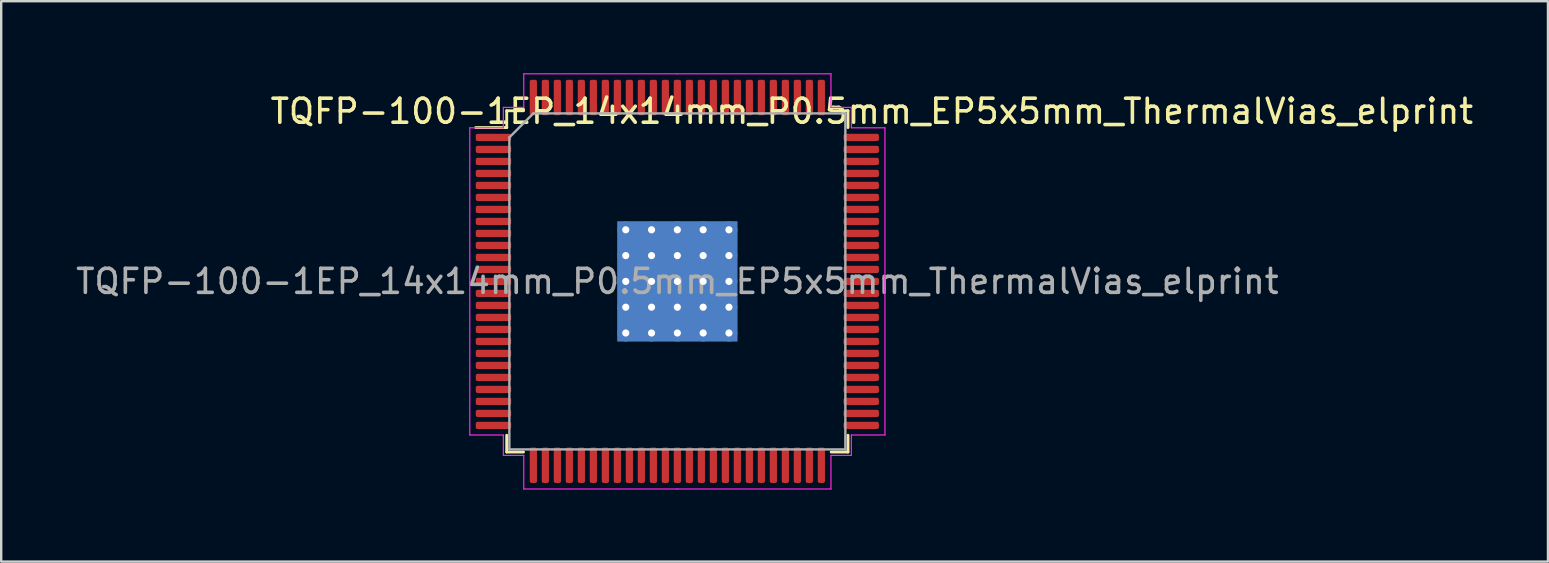
<source format=kicad_pcb>
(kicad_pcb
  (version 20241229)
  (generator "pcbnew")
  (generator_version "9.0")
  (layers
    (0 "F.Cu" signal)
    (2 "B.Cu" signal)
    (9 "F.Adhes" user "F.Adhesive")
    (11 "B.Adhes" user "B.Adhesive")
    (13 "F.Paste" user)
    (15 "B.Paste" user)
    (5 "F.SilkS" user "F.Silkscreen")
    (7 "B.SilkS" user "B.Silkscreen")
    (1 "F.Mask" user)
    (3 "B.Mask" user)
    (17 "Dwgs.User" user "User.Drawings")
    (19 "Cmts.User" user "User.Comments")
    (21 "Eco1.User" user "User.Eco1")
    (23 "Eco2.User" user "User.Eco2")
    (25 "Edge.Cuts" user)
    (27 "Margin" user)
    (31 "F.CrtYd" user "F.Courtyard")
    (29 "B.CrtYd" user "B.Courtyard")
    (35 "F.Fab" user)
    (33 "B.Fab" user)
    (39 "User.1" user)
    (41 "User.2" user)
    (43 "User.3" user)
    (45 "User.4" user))
  (footprint "TQFP-100-1EP_14x14mm_P0.5mm_EP5x5mm_ThermalVias_elprint"
    (layer "F.Cu")
    (at 25.173 8.675)
    (property "Reference" "TQFP-100-1EP_14x14mm_P0.5mm_EP5x5mm_ThermalVias_elprint" (at 8.103 -7.087 0) (layer "F.SilkS") (effects (font (size 1 1) (thickness 0.15))))
    (attr smd)
    (fp_line (start -7.11 -7.11) (end -7.11 -6.41) (stroke (width 0.12) (type solid)) (layer "F.SilkS"))
    (fp_line (start -7.11 -6.41) (end -8.4 -6.41) (stroke (width 0.12) (type solid)) (layer "F.SilkS"))
    (fp_line (start -7.11 7.11) (end -7.11 6.41) (stroke (width 0.12) (type solid)) (layer "F.SilkS"))
    (fp_line (start -6.41 -7.11) (end -7.11 -7.11) (stroke (width 0.12) (type solid)) (layer "F.SilkS"))
    (fp_line (start -6.41 7.11) (end -7.11 7.11) (stroke (width 0.12) (type solid)) (layer "F.SilkS"))
    (fp_line (start 6.41 -7.11) (end 7.11 -7.11) (stroke (width 0.12) (type solid)) (layer "F.SilkS"))
    (fp_line (start 6.41 7.11) (end 7.11 7.11) (stroke (width 0.12) (type solid)) (layer "F.SilkS"))
    (fp_line (start 7.11 -7.11) (end 7.11 -6.41) (stroke (width 0.12) (type solid)) (layer "F.SilkS"))
    (fp_line (start 7.11 7.11) (end 7.11 6.41) (stroke (width 0.12) (type solid)) (layer "F.SilkS"))
    (fp_line (start -8.65 -6.4) (end -8.65 0) (stroke (width 0.05) (type solid)) (layer "F.CrtYd"))
    (fp_line (start -8.65 6.4) (end -8.65 0) (stroke (width 0.05) (type solid)) (layer "F.CrtYd"))
    (fp_line (start -7.25 -7.25) (end -7.25 -6.4) (stroke (width 0.05) (type solid)) (layer "F.CrtYd"))
    (fp_line (start -7.25 -6.4) (end -8.65 -6.4) (stroke (width 0.05) (type solid)) (layer "F.CrtYd"))
    (fp_line (start -7.25 6.4) (end -8.65 6.4) (stroke (width 0.05) (type solid)) (layer "F.CrtYd"))
    (fp_line (start -7.25 7.25) (end -7.25 6.4) (stroke (width 0.05) (type solid)) (layer "F.CrtYd"))
    (fp_line (start -6.4 -8.65) (end -6.4 -7.25) (stroke (width 0.05) (type solid)) (layer "F.CrtYd"))
    (fp_line (start -6.4 -7.25) (end -7.25 -7.25) (stroke (width 0.05) (type solid)) (layer "F.CrtYd"))
    (fp_line (start -6.4 7.25) (end -7.25 7.25) (stroke (width 0.05) (type solid)) (layer "F.CrtYd"))
    (fp_line (start -6.4 8.65) (end -6.4 7.25) (stroke (width 0.05) (type solid)) (layer "F.CrtYd"))
    (fp_line (start 0 -8.65) (end -6.4 -8.65) (stroke (width 0.05) (type solid)) (layer "F.CrtYd"))
    (fp_line (start 0 -8.65) (end 6.4 -8.65) (stroke (width 0.05) (type solid)) (layer "F.CrtYd"))
    (fp_line (start 0 8.65) (end -6.4 8.65) (stroke (width 0.05) (type solid)) (layer "F.CrtYd"))
    (fp_line (start 0 8.65) (end 6.4 8.65) (stroke (width 0.05) (type solid)) (layer "F.CrtYd"))
    (fp_line (start 6.4 -8.65) (end 6.4 -7.25) (stroke (width 0.05) (type solid)) (layer "F.CrtYd"))
    (fp_line (start 6.4 -7.25) (end 7.25 -7.25) (stroke (width 0.05) (type solid)) (layer "F.CrtYd"))
    (fp_line (start 6.4 7.25) (end 7.25 7.25) (stroke (width 0.05) (type solid)) (layer "F.CrtYd"))
    (fp_line (start 6.4 8.65) (end 6.4 7.25) (stroke (width 0.05) (type solid)) (layer "F.CrtYd"))
    (fp_line (start 7.25 -7.25) (end 7.25 -6.4) (stroke (width 0.05) (type solid)) (layer "F.CrtYd"))
    (fp_line (start 7.25 -6.4) (end 8.65 -6.4) (stroke (width 0.05) (type solid)) (layer "F.CrtYd"))
    (fp_line (start 7.25 6.4) (end 8.65 6.4) (stroke (width 0.05) (type solid)) (layer "F.CrtYd"))
    (fp_line (start 7.25 7.25) (end 7.25 6.4) (stroke (width 0.05) (type solid)) (layer "F.CrtYd"))
    (fp_line (start 8.65 -6.4) (end 8.65 0) (stroke (width 0.05) (type solid)) (layer "F.CrtYd"))
    (fp_line (start 8.65 6.4) (end 8.65 0) (stroke (width 0.05) (type solid)) (layer "F.CrtYd"))
    (fp_line (start -7 -6) (end -6 -7) (stroke (width 0.1) (type solid)) (layer "F.Fab"))
    (fp_line (start -7 7) (end -7 -6) (stroke (width 0.1) (type solid)) (layer "F.Fab"))
    (fp_line (start -6 -7) (end 7 -7) (stroke (width 0.1) (type solid)) (layer "F.Fab"))
    (fp_line (start 7 -7) (end 7 7) (stroke (width 0.1) (type solid)) (layer "F.Fab"))
    (fp_line (start 7 7) (end -7 7) (stroke (width 0.1) (type solid)) (layer "F.Fab"))
    (fp_text user "${REFERENCE}" (at 0 0 0) (layer "F.Fab") (effects (font (size 1 1) (thickness 0.15))))
    (pad "" smd custom (at -1.688 -1.688) (size 0.891 0.891) (layers "F.Paste") (options (anchor circle)) (primitives (gr_poly (pts (xy 0.387 -0.29) (xy 0.387 0.29) (xy 0.29 0.387) (xy -0.29 0.387) (xy -0.387 0.29) (xy -0.387 -0.29) (xy -0.29 -0.387) (xy 0.29 -0.387)) (width 0.234) (fill yes))))
    (pad "" smd custom (at -1.688 -0.562) (size 0.891 0.891) (layers "F.Paste") (options (anchor circle)) (primitives (gr_poly (pts (xy 0.387 -0.29) (xy 0.387 0.29) (xy 0.29 0.387) (xy -0.29 0.387) (xy -0.387 0.29) (xy -0.387 -0.29) (xy -0.29 -0.387) (xy 0.29 -0.387)) (width 0.234) (fill yes))))
    (pad "" smd custom (at -1.688 0.562) (size 0.891 0.891) (layers "F.Paste") (options (anchor circle)) (primitives (gr_poly (pts (xy 0.387 -0.29) (xy 0.387 0.29) (xy 0.29 0.387) (xy -0.29 0.387) (xy -0.387 0.29) (xy -0.387 -0.29) (xy -0.29 -0.387) (xy 0.29 -0.387)) (width 0.234) (fill yes))))
    (pad "" smd custom (at -1.688 1.688) (size 0.891 0.891) (layers "F.Paste") (options (anchor circle)) (primitives (gr_poly (pts (xy 0.387 -0.29) (xy 0.387 0.29) (xy 0.29 0.387) (xy -0.29 0.387) (xy -0.387 0.29) (xy -0.387 -0.29) (xy -0.29 -0.387) (xy 0.29 -0.387)) (width 0.234) (fill yes))))
    (pad "" smd custom (at -0.562 -1.688) (size 0.891 0.891) (layers "F.Paste") (options (anchor circle)) (primitives (gr_poly (pts (xy 0.387 -0.29) (xy 0.387 0.29) (xy 0.29 0.387) (xy -0.29 0.387) (xy -0.387 0.29) (xy -0.387 -0.29) (xy -0.29 -0.387) (xy 0.29 -0.387)) (width 0.234) (fill yes))))
    (pad "" smd custom (at -0.562 -0.562) (size 0.891 0.891) (layers "F.Paste") (options (anchor circle)) (primitives (gr_poly (pts (xy 0.387 -0.29) (xy 0.387 0.29) (xy 0.29 0.387) (xy -0.29 0.387) (xy -0.387 0.29) (xy -0.387 -0.29) (xy -0.29 -0.387) (xy 0.29 -0.387)) (width 0.234) (fill yes))))
    (pad "" smd custom (at -0.562 0.562) (size 0.891 0.891) (layers "F.Paste") (options (anchor circle)) (primitives (gr_poly (pts (xy 0.387 -0.29) (xy 0.387 0.29) (xy 0.29 0.387) (xy -0.29 0.387) (xy -0.387 0.29) (xy -0.387 -0.29) (xy -0.29 -0.387) (xy 0.29 -0.387)) (width 0.234) (fill yes))))
    (pad "" smd custom (at -0.562 1.688) (size 0.891 0.891) (layers "F.Paste") (options (anchor circle)) (primitives (gr_poly (pts (xy 0.387 -0.29) (xy 0.387 0.29) (xy 0.29 0.387) (xy -0.29 0.387) (xy -0.387 0.29) (xy -0.387 -0.29) (xy -0.29 -0.387) (xy 0.29 -0.387)) (width 0.234) (fill yes))))
    (pad "" smd custom (at 0.562 -1.688) (size 0.891 0.891) (layers "F.Paste") (options (anchor circle)) (primitives (gr_poly (pts (xy 0.387 -0.29) (xy 0.387 0.29) (xy 0.29 0.387) (xy -0.29 0.387) (xy -0.387 0.29) (xy -0.387 -0.29) (xy -0.29 -0.387) (xy 0.29 -0.387)) (width 0.234) (fill yes))))
    (pad "" smd custom (at 0.562 -0.562) (size 0.891 0.891) (layers "F.Paste") (options (anchor circle)) (primitives (gr_poly (pts (xy 0.387 -0.29) (xy 0.387 0.29) (xy 0.29 0.387) (xy -0.29 0.387) (xy -0.387 0.29) (xy -0.387 -0.29) (xy -0.29 -0.387) (xy 0.29 -0.387)) (width 0.234) (fill yes))))
    (pad "" smd custom (at 0.562 0.562) (size 0.891 0.891) (layers "F.Paste") (options (anchor circle)) (primitives (gr_poly (pts (xy 0.387 -0.29) (xy 0.387 0.29) (xy 0.29 0.387) (xy -0.29 0.387) (xy -0.387 0.29) (xy -0.387 -0.29) (xy -0.29 -0.387) (xy 0.29 -0.387)) (width 0.234) (fill yes))))
    (pad "" smd custom (at 0.562 1.688) (size 0.891 0.891) (layers "F.Paste") (options (anchor circle)) (primitives (gr_poly (pts (xy 0.387 -0.29) (xy 0.387 0.29) (xy 0.29 0.387) (xy -0.29 0.387) (xy -0.387 0.29) (xy -0.387 -0.29) (xy -0.29 -0.387) (xy 0.29 -0.387)) (width 0.234) (fill yes))))
    (pad "" smd custom (at 1.688 -1.688) (size 0.891 0.891) (layers "F.Paste") (options (anchor circle)) (primitives (gr_poly (pts (xy 0.387 -0.29) (xy 0.387 0.29) (xy 0.29 0.387) (xy -0.29 0.387) (xy -0.387 0.29) (xy -0.387 -0.29) (xy -0.29 -0.387) (xy 0.29 -0.387)) (width 0.234) (fill yes))))
    (pad "" smd custom (at 1.688 -0.562) (size 0.891 0.891) (layers "F.Paste") (options (anchor circle)) (primitives (gr_poly (pts (xy 0.387 -0.29) (xy 0.387 0.29) (xy 0.29 0.387) (xy -0.29 0.387) (xy -0.387 0.29) (xy -0.387 -0.29) (xy -0.29 -0.387) (xy 0.29 -0.387)) (width 0.234) (fill yes))))
    (pad "" smd custom (at 1.688 0.562) (size 0.891 0.891) (layers "F.Paste") (options (anchor circle)) (primitives (gr_poly (pts (xy 0.387 -0.29) (xy 0.387 0.29) (xy 0.29 0.387) (xy -0.29 0.387) (xy -0.387 0.29) (xy -0.387 -0.29) (xy -0.29 -0.387) (xy 0.29 -0.387)) (width 0.234) (fill yes))))
    (pad "" smd custom (at 1.688 1.688) (size 0.891 0.891) (layers "F.Paste") (options (anchor circle)) (primitives (gr_poly (pts (xy 0.387 -0.29) (xy 0.387 0.29) (xy 0.29 0.387) (xy -0.29 0.387) (xy -0.387 0.29) (xy -0.387 -0.29) (xy -0.29 -0.387) (xy 0.29 -0.387)) (width 0.234) (fill yes))))
    (pad "1" smd roundrect (at -7.662 -6) (size 1.475 0.3) (layers "F.Cu" "F.Mask" "F.Paste") (roundrect_rratio 0.25))
    (pad "2" smd roundrect (at -7.662 -5.5) (size 1.475 0.3) (layers "F.Cu" "F.Mask" "F.Paste") (roundrect_rratio 0.25))
    (pad "3" smd roundrect (at -7.662 -5) (size 1.475 0.3) (layers "F.Cu" "F.Mask" "F.Paste") (roundrect_rratio 0.25))
    (pad "4" smd roundrect (at -7.662 -4.5) (size 1.475 0.3) (layers "F.Cu" "F.Mask" "F.Paste") (roundrect_rratio 0.25))
    (pad "5" smd roundrect (at -7.662 -4) (size 1.475 0.3) (layers "F.Cu" "F.Mask" "F.Paste") (roundrect_rratio 0.25))
    (pad "6" smd roundrect (at -7.662 -3.5) (size 1.475 0.3) (layers "F.Cu" "F.Mask" "F.Paste") (roundrect_rratio 0.25))
    (pad "7" smd roundrect (at -7.662 -3) (size 1.475 0.3) (layers "F.Cu" "F.Mask" "F.Paste") (roundrect_rratio 0.25))
    (pad "8" smd roundrect (at -7.662 -2.5) (size 1.475 0.3) (layers "F.Cu" "F.Mask" "F.Paste") (roundrect_rratio 0.25))
    (pad "9" smd roundrect (at -7.662 -2) (size 1.475 0.3) (layers "F.Cu" "F.Mask" "F.Paste") (roundrect_rratio 0.25))
    (pad "10" smd roundrect (at -7.662 -1.5) (size 1.475 0.3) (layers "F.Cu" "F.Mask" "F.Paste") (roundrect_rratio 0.25))
    (pad "11" smd roundrect (at -7.662 -1) (size 1.475 0.3) (layers "F.Cu" "F.Mask" "F.Paste") (roundrect_rratio 0.25))
    (pad "12" smd roundrect (at -7.662 -0.5) (size 1.475 0.3) (layers "F.Cu" "F.Mask" "F.Paste") (roundrect_rratio 0.25))
    (pad "13" smd roundrect (at -7.662 0) (size 1.475 0.3) (layers "F.Cu" "F.Mask" "F.Paste") (roundrect_rratio 0.25))
    (pad "14" smd roundrect (at -7.662 0.5) (size 1.475 0.3) (layers "F.Cu" "F.Mask" "F.Paste") (roundrect_rratio 0.25))
    (pad "15" smd roundrect (at -7.662 1) (size 1.475 0.3) (layers "F.Cu" "F.Mask" "F.Paste") (roundrect_rratio 0.25))
    (pad "16" smd roundrect (at -7.662 1.5) (size 1.475 0.3) (layers "F.Cu" "F.Mask" "F.Paste") (roundrect_rratio 0.25))
    (pad "17" smd roundrect (at -7.662 2) (size 1.475 0.3) (layers "F.Cu" "F.Mask" "F.Paste") (roundrect_rratio 0.25))
    (pad "18" smd roundrect (at -7.662 2.5) (size 1.475 0.3) (layers "F.Cu" "F.Mask" "F.Paste") (roundrect_rratio 0.25))
    (pad "19" smd roundrect (at -7.662 3) (size 1.475 0.3) (layers "F.Cu" "F.Mask" "F.Paste") (roundrect_rratio 0.25))
    (pad "20" smd roundrect (at -7.662 3.5) (size 1.475 0.3) (layers "F.Cu" "F.Mask" "F.Paste") (roundrect_rratio 0.25))
    (pad "21" smd roundrect (at -7.662 4) (size 1.475 0.3) (layers "F.Cu" "F.Mask" "F.Paste") (roundrect_rratio 0.25))
    (pad "22" smd roundrect (at -7.662 4.5) (size 1.475 0.3) (layers "F.Cu" "F.Mask" "F.Paste") (roundrect_rratio 0.25))
    (pad "23" smd roundrect (at -7.662 5) (size 1.475 0.3) (layers "F.Cu" "F.Mask" "F.Paste") (roundrect_rratio 0.25))
    (pad "24" smd roundrect (at -7.662 5.5) (size 1.475 0.3) (layers "F.Cu" "F.Mask" "F.Paste") (roundrect_rratio 0.25))
    (pad "25" smd roundrect (at -7.662 6) (size 1.475 0.3) (layers "F.Cu" "F.Mask" "F.Paste") (roundrect_rratio 0.25))
    (pad "26" smd roundrect (at -6 7.662) (size 0.3 1.475) (layers "F.Cu" "F.Mask" "F.Paste") (roundrect_rratio 0.25))
    (pad "27" smd roundrect (at -5.5 7.662) (size 0.3 1.475) (layers "F.Cu" "F.Mask" "F.Paste") (roundrect_rratio 0.25))
    (pad "28" smd roundrect (at -5 7.662) (size 0.3 1.475) (layers "F.Cu" "F.Mask" "F.Paste") (roundrect_rratio 0.25))
    (pad "29" smd roundrect (at -4.5 7.662) (size 0.3 1.475) (layers "F.Cu" "F.Mask" "F.Paste") (roundrect_rratio 0.25))
    (pad "30" smd roundrect (at -4 7.662) (size 0.3 1.475) (layers "F.Cu" "F.Mask" "F.Paste") (roundrect_rratio 0.25))
    (pad "31" smd roundrect (at -3.5 7.662) (size 0.3 1.475) (layers "F.Cu" "F.Mask" "F.Paste") (roundrect_rratio 0.25))
    (pad "32" smd roundrect (at -3 7.662) (size 0.3 1.475) (layers "F.Cu" "F.Mask" "F.Paste") (roundrect_rratio 0.25))
    (pad "33" smd roundrect (at -2.5 7.662) (size 0.3 1.475) (layers "F.Cu" "F.Mask" "F.Paste") (roundrect_rratio 0.25))
    (pad "34" smd roundrect (at -2 7.662) (size 0.3 1.475) (layers "F.Cu" "F.Mask" "F.Paste") (roundrect_rratio 0.25))
    (pad "35" smd roundrect (at -1.5 7.662) (size 0.3 1.475) (layers "F.Cu" "F.Mask" "F.Paste") (roundrect_rratio 0.25))
    (pad "36" smd roundrect (at -1 7.662) (size 0.3 1.475) (layers "F.Cu" "F.Mask" "F.Paste") (roundrect_rratio 0.25))
    (pad "37" smd roundrect (at -0.5 7.662) (size 0.3 1.475) (layers "F.Cu" "F.Mask" "F.Paste") (roundrect_rratio 0.25))
    (pad "38" smd roundrect (at 0 7.662) (size 0.3 1.475) (layers "F.Cu" "F.Mask" "F.Paste") (roundrect_rratio 0.25))
    (pad "39" smd roundrect (at 0.5 7.662) (size 0.3 1.475) (layers "F.Cu" "F.Mask" "F.Paste") (roundrect_rratio 0.25))
    (pad "40" smd roundrect (at 1 7.662) (size 0.3 1.475) (layers "F.Cu" "F.Mask" "F.Paste") (roundrect_rratio 0.25))
    (pad "41" smd roundrect (at 1.5 7.662) (size 0.3 1.475) (layers "F.Cu" "F.Mask" "F.Paste") (roundrect_rratio 0.25))
    (pad "42" smd roundrect (at 2 7.662) (size 0.3 1.475) (layers "F.Cu" "F.Mask" "F.Paste") (roundrect_rratio 0.25))
    (pad "43" smd roundrect (at 2.5 7.662) (size 0.3 1.475) (layers "F.Cu" "F.Mask" "F.Paste") (roundrect_rratio 0.25))
    (pad "44" smd roundrect (at 3 7.662) (size 0.3 1.475) (layers "F.Cu" "F.Mask" "F.Paste") (roundrect_rratio 0.25))
    (pad "45" smd roundrect (at 3.5 7.662) (size 0.3 1.475) (layers "F.Cu" "F.Mask" "F.Paste") (roundrect_rratio 0.25))
    (pad "46" smd roundrect (at 4 7.662) (size 0.3 1.475) (layers "F.Cu" "F.Mask" "F.Paste") (roundrect_rratio 0.25))
    (pad "47" smd roundrect (at 4.5 7.662) (size 0.3 1.475) (layers "F.Cu" "F.Mask" "F.Paste") (roundrect_rratio 0.25))
    (pad "48" smd roundrect (at 5 7.662) (size 0.3 1.475) (layers "F.Cu" "F.Mask" "F.Paste") (roundrect_rratio 0.25))
    (pad "49" smd roundrect (at 5.5 7.662) (size 0.3 1.475) (layers "F.Cu" "F.Mask" "F.Paste") (roundrect_rratio 0.25))
    (pad "50" smd roundrect (at 6 7.662) (size 0.3 1.475) (layers "F.Cu" "F.Mask" "F.Paste") (roundrect_rratio 0.25))
    (pad "51" smd roundrect (at 7.662 6) (size 1.475 0.3) (layers "F.Cu" "F.Mask" "F.Paste") (roundrect_rratio 0.25))
    (pad "52" smd roundrect (at 7.662 5.5) (size 1.475 0.3) (layers "F.Cu" "F.Mask" "F.Paste") (roundrect_rratio 0.25))
    (pad "53" smd roundrect (at 7.662 5) (size 1.475 0.3) (layers "F.Cu" "F.Mask" "F.Paste") (roundrect_rratio 0.25))
    (pad "54" smd roundrect (at 7.662 4.5) (size 1.475 0.3) (layers "F.Cu" "F.Mask" "F.Paste") (roundrect_rratio 0.25))
    (pad "55" smd roundrect (at 7.662 4) (size 1.475 0.3) (layers "F.Cu" "F.Mask" "F.Paste") (roundrect_rratio 0.25))
    (pad "56" smd roundrect (at 7.662 3.5) (size 1.475 0.3) (layers "F.Cu" "F.Mask" "F.Paste") (roundrect_rratio 0.25))
    (pad "57" smd roundrect (at 7.662 3) (size 1.475 0.3) (layers "F.Cu" "F.Mask" "F.Paste") (roundrect_rratio 0.25))
    (pad "58" smd roundrect (at 7.662 2.5) (size 1.475 0.3) (layers "F.Cu" "F.Mask" "F.Paste") (roundrect_rratio 0.25))
    (pad "59" smd roundrect (at 7.662 2) (size 1.475 0.3) (layers "F.Cu" "F.Mask" "F.Paste") (roundrect_rratio 0.25))
    (pad "60" smd roundrect (at 7.662 1.5) (size 1.475 0.3) (layers "F.Cu" "F.Mask" "F.Paste") (roundrect_rratio 0.25))
    (pad "61" smd roundrect (at 7.662 1) (size 1.475 0.3) (layers "F.Cu" "F.Mask" "F.Paste") (roundrect_rratio 0.25))
    (pad "62" smd roundrect (at 7.662 0.5) (size 1.475 0.3) (layers "F.Cu" "F.Mask" "F.Paste") (roundrect_rratio 0.25))
    (pad "63" smd roundrect (at 7.662 0) (size 1.475 0.3) (layers "F.Cu" "F.Mask" "F.Paste") (roundrect_rratio 0.25))
    (pad "64" smd roundrect (at 7.662 -0.5) (size 1.475 0.3) (layers "F.Cu" "F.Mask" "F.Paste") (roundrect_rratio 0.25))
    (pad "65" smd roundrect (at 7.662 -1) (size 1.475 0.3) (layers "F.Cu" "F.Mask" "F.Paste") (roundrect_rratio 0.25))
    (pad "66" smd roundrect (at 7.662 -1.5) (size 1.475 0.3) (layers "F.Cu" "F.Mask" "F.Paste") (roundrect_rratio 0.25))
    (pad "67" smd roundrect (at 7.662 -2) (size 1.475 0.3) (layers "F.Cu" "F.Mask" "F.Paste") (roundrect_rratio 0.25))
    (pad "68" smd roundrect (at 7.662 -2.5) (size 1.475 0.3) (layers "F.Cu" "F.Mask" "F.Paste") (roundrect_rratio 0.25))
    (pad "69" smd roundrect (at 7.662 -3) (size 1.475 0.3) (layers "F.Cu" "F.Mask" "F.Paste") (roundrect_rratio 0.25))
    (pad "70" smd roundrect (at 7.662 -3.5) (size 1.475 0.3) (layers "F.Cu" "F.Mask" "F.Paste") (roundrect_rratio 0.25))
    (pad "71" smd roundrect (at 7.662 -4) (size 1.475 0.3) (layers "F.Cu" "F.Mask" "F.Paste") (roundrect_rratio 0.25))
    (pad "72" smd roundrect (at 7.662 -4.5) (size 1.475 0.3) (layers "F.Cu" "F.Mask" "F.Paste") (roundrect_rratio 0.25))
    (pad "73" smd roundrect (at 7.662 -5) (size 1.475 0.3) (layers "F.Cu" "F.Mask" "F.Paste") (roundrect_rratio 0.25))
    (pad "74" smd roundrect (at 7.662 -5.5) (size 1.475 0.3) (layers "F.Cu" "F.Mask" "F.Paste") (roundrect_rratio 0.25))
    (pad "75" smd roundrect (at 7.662 -6) (size 1.475 0.3) (layers "F.Cu" "F.Mask" "F.Paste") (roundrect_rratio 0.25))
    (pad "76" smd roundrect (at 6 -7.662) (size 0.3 1.475) (layers "F.Cu" "F.Mask" "F.Paste") (roundrect_rratio 0.25))
    (pad "77" smd roundrect (at 5.5 -7.662) (size 0.3 1.475) (layers "F.Cu" "F.Mask" "F.Paste") (roundrect_rratio 0.25))
    (pad "78" smd roundrect (at 5 -7.662) (size 0.3 1.475) (layers "F.Cu" "F.Mask" "F.Paste") (roundrect_rratio 0.25))
    (pad "79" smd roundrect (at 4.5 -7.662) (size 0.3 1.475) (layers "F.Cu" "F.Mask" "F.Paste") (roundrect_rratio 0.25))
    (pad "80" smd roundrect (at 4 -7.662) (size 0.3 1.475) (layers "F.Cu" "F.Mask" "F.Paste") (roundrect_rratio 0.25))
    (pad "81" smd roundrect (at 3.5 -7.662) (size 0.3 1.475) (layers "F.Cu" "F.Mask" "F.Paste") (roundrect_rratio 0.25))
    (pad "82" smd roundrect (at 3 -7.662) (size 0.3 1.475) (layers "F.Cu" "F.Mask" "F.Paste") (roundrect_rratio 0.25))
    (pad "83" smd roundrect (at 2.5 -7.662) (size 0.3 1.475) (layers "F.Cu" "F.Mask" "F.Paste") (roundrect_rratio 0.25))
    (pad "84" smd roundrect (at 2 -7.662) (size 0.3 1.475) (layers "F.Cu" "F.Mask" "F.Paste") (roundrect_rratio 0.25))
    (pad "85" smd roundrect (at 1.5 -7.662) (size 0.3 1.475) (layers "F.Cu" "F.Mask" "F.Paste") (roundrect_rratio 0.25))
    (pad "86" smd roundrect (at 1 -7.662) (size 0.3 1.475) (layers "F.Cu" "F.Mask" "F.Paste") (roundrect_rratio 0.25))
    (pad "87" smd roundrect (at 0.5 -7.662) (size 0.3 1.475) (layers "F.Cu" "F.Mask" "F.Paste") (roundrect_rratio 0.25))
    (pad "88" smd roundrect (at 0 -7.662) (size 0.3 1.475) (layers "F.Cu" "F.Mask" "F.Paste") (roundrect_rratio 0.25))
    (pad "89" smd roundrect (at -0.5 -7.662) (size 0.3 1.475) (layers "F.Cu" "F.Mask" "F.Paste") (roundrect_rratio 0.25))
    (pad "90" smd roundrect (at -1 -7.662) (size 0.3 1.475) (layers "F.Cu" "F.Mask" "F.Paste") (roundrect_rratio 0.25))
    (pad "91" smd roundrect (at -1.5 -7.662) (size 0.3 1.475) (layers "F.Cu" "F.Mask" "F.Paste") (roundrect_rratio 0.25))
    (pad "92" smd roundrect (at -2 -7.662) (size 0.3 1.475) (layers "F.Cu" "F.Mask" "F.Paste") (roundrect_rratio 0.25))
    (pad "93" smd roundrect (at -2.5 -7.662) (size 0.3 1.475) (layers "F.Cu" "F.Mask" "F.Paste") (roundrect_rratio 0.25))
    (pad "94" smd roundrect (at -3 -7.662) (size 0.3 1.475) (layers "F.Cu" "F.Mask" "F.Paste") (roundrect_rratio 0.25))
    (pad "95" smd roundrect (at -3.5 -7.662) (size 0.3 1.475) (layers "F.Cu" "F.Mask" "F.Paste") (roundrect_rratio 0.25))
    (pad "96" smd roundrect (at -4 -7.662) (size 0.3 1.475) (layers "F.Cu" "F.Mask" "F.Paste") (roundrect_rratio 0.25))
    (pad "97" smd roundrect (at -4.5 -7.662) (size 0.3 1.475) (layers "F.Cu" "F.Mask" "F.Paste") (roundrect_rratio 0.25))
    (pad "98" smd roundrect (at -5 -7.662) (size 0.3 1.475) (layers "F.Cu" "F.Mask" "F.Paste") (roundrect_rratio 0.25))
    (pad "99" smd roundrect (at -5.5 -7.662) (size 0.3 1.475) (layers "F.Cu" "F.Mask" "F.Paste") (roundrect_rratio 0.25))
    (pad "100" smd roundrect (at -6 -7.662) (size 0.3 1.475) (layers "F.Cu" "F.Mask" "F.Paste") (roundrect_rratio 0.25))
    (pad "101" thru_hole circle (at -2.15 -2.15) (size 0.7 0.7) (drill 0.3) (layers "*.Cu"))
    (pad "101" thru_hole circle (at -2.15 -1.075) (size 0.7 0.7) (drill 0.3) (layers "*.Cu"))
    (pad "101" thru_hole circle (at -2.15 0) (size 0.7 0.7) (drill 0.3) (layers "*.Cu"))
    (pad "101" thru_hole circle (at -2.15 1.075) (size 0.7 0.7) (drill 0.3) (layers "*.Cu"))
    (pad "101" thru_hole circle (at -2.15 2.15) (size 0.7 0.7) (drill 0.3) (layers "*.Cu"))
    (pad "101" thru_hole circle (at -1.075 -2.15) (size 0.7 0.7) (drill 0.3) (layers "*.Cu"))
    (pad "101" thru_hole circle (at -1.075 -1.075) (size 0.7 0.7) (drill 0.3) (layers "*.Cu"))
    (pad "101" thru_hole circle (at -1.075 0) (size 0.7 0.7) (drill 0.3) (layers "*.Cu"))
    (pad "101" thru_hole circle (at -1.075 1.075) (size 0.7 0.7) (drill 0.3) (layers "*.Cu"))
    (pad "101" thru_hole circle (at -1.075 2.15) (size 0.7 0.7) (drill 0.3) (layers "*.Cu"))
    (pad "101" thru_hole circle (at 0 -2.15) (size 0.7 0.7) (drill 0.3) (layers "*.Cu"))
    (pad "101" thru_hole circle (at 0 -1.075) (size 0.7 0.7) (drill 0.3) (layers "*.Cu"))
    (pad "101" thru_hole circle (at 0 0) (size 0.7 0.7) (drill 0.3) (layers "*.Cu"))
    (pad "101" smd rect (at 0 0) (size 5 5) (layers "F.Cu" "F.Mask"))
    (pad "101" smd rect (at 0 0) (size 5 5) (layers "B.Cu"))
    (pad "101" thru_hole circle (at 0 1.075) (size 0.7 0.7) (drill 0.3) (layers "*.Cu"))
    (pad "101" thru_hole circle (at 0 2.15) (size 0.7 0.7) (drill 0.3) (layers "*.Cu"))
    (pad "101" thru_hole circle (at 1.075 -2.15) (size 0.7 0.7) (drill 0.3) (layers "*.Cu"))
    (pad "101" thru_hole circle (at 1.075 -1.075) (size 0.7 0.7) (drill 0.3) (layers "*.Cu"))
    (pad "101" thru_hole circle (at 1.075 0) (size 0.7 0.7) (drill 0.3) (layers "*.Cu"))
    (pad "101" thru_hole circle (at 1.075 1.075) (size 0.7 0.7) (drill 0.3) (layers "*.Cu"))
    (pad "101" thru_hole circle (at 1.075 2.15) (size 0.7 0.7) (drill 0.3) (layers "*.Cu"))
    (pad "101" thru_hole circle (at 2.15 -2.15) (size 0.7 0.7) (drill 0.3) (layers "*.Cu"))
    (pad "101" thru_hole circle (at 2.15 -1.075) (size 0.7 0.7) (drill 0.3) (layers "*.Cu"))
    (pad "101" thru_hole circle (at 2.15 0) (size 0.7 0.7) (drill 0.3) (layers "*.Cu"))
    (pad "101" thru_hole circle (at 2.15 1.075) (size 0.7 0.7) (drill 0.3) (layers "*.Cu"))
    (pad "101" thru_hole circle (at 2.15 2.15) (size 0.7 0.7) (drill 0.3) (layers "*.Cu")))
  (gr_rect
    (start -3 -3)
    (end 61.448 20.35)
    (stroke (width 0.1) (type default))
    (fill no)
    (layer "Edge.Cuts")))
</source>
